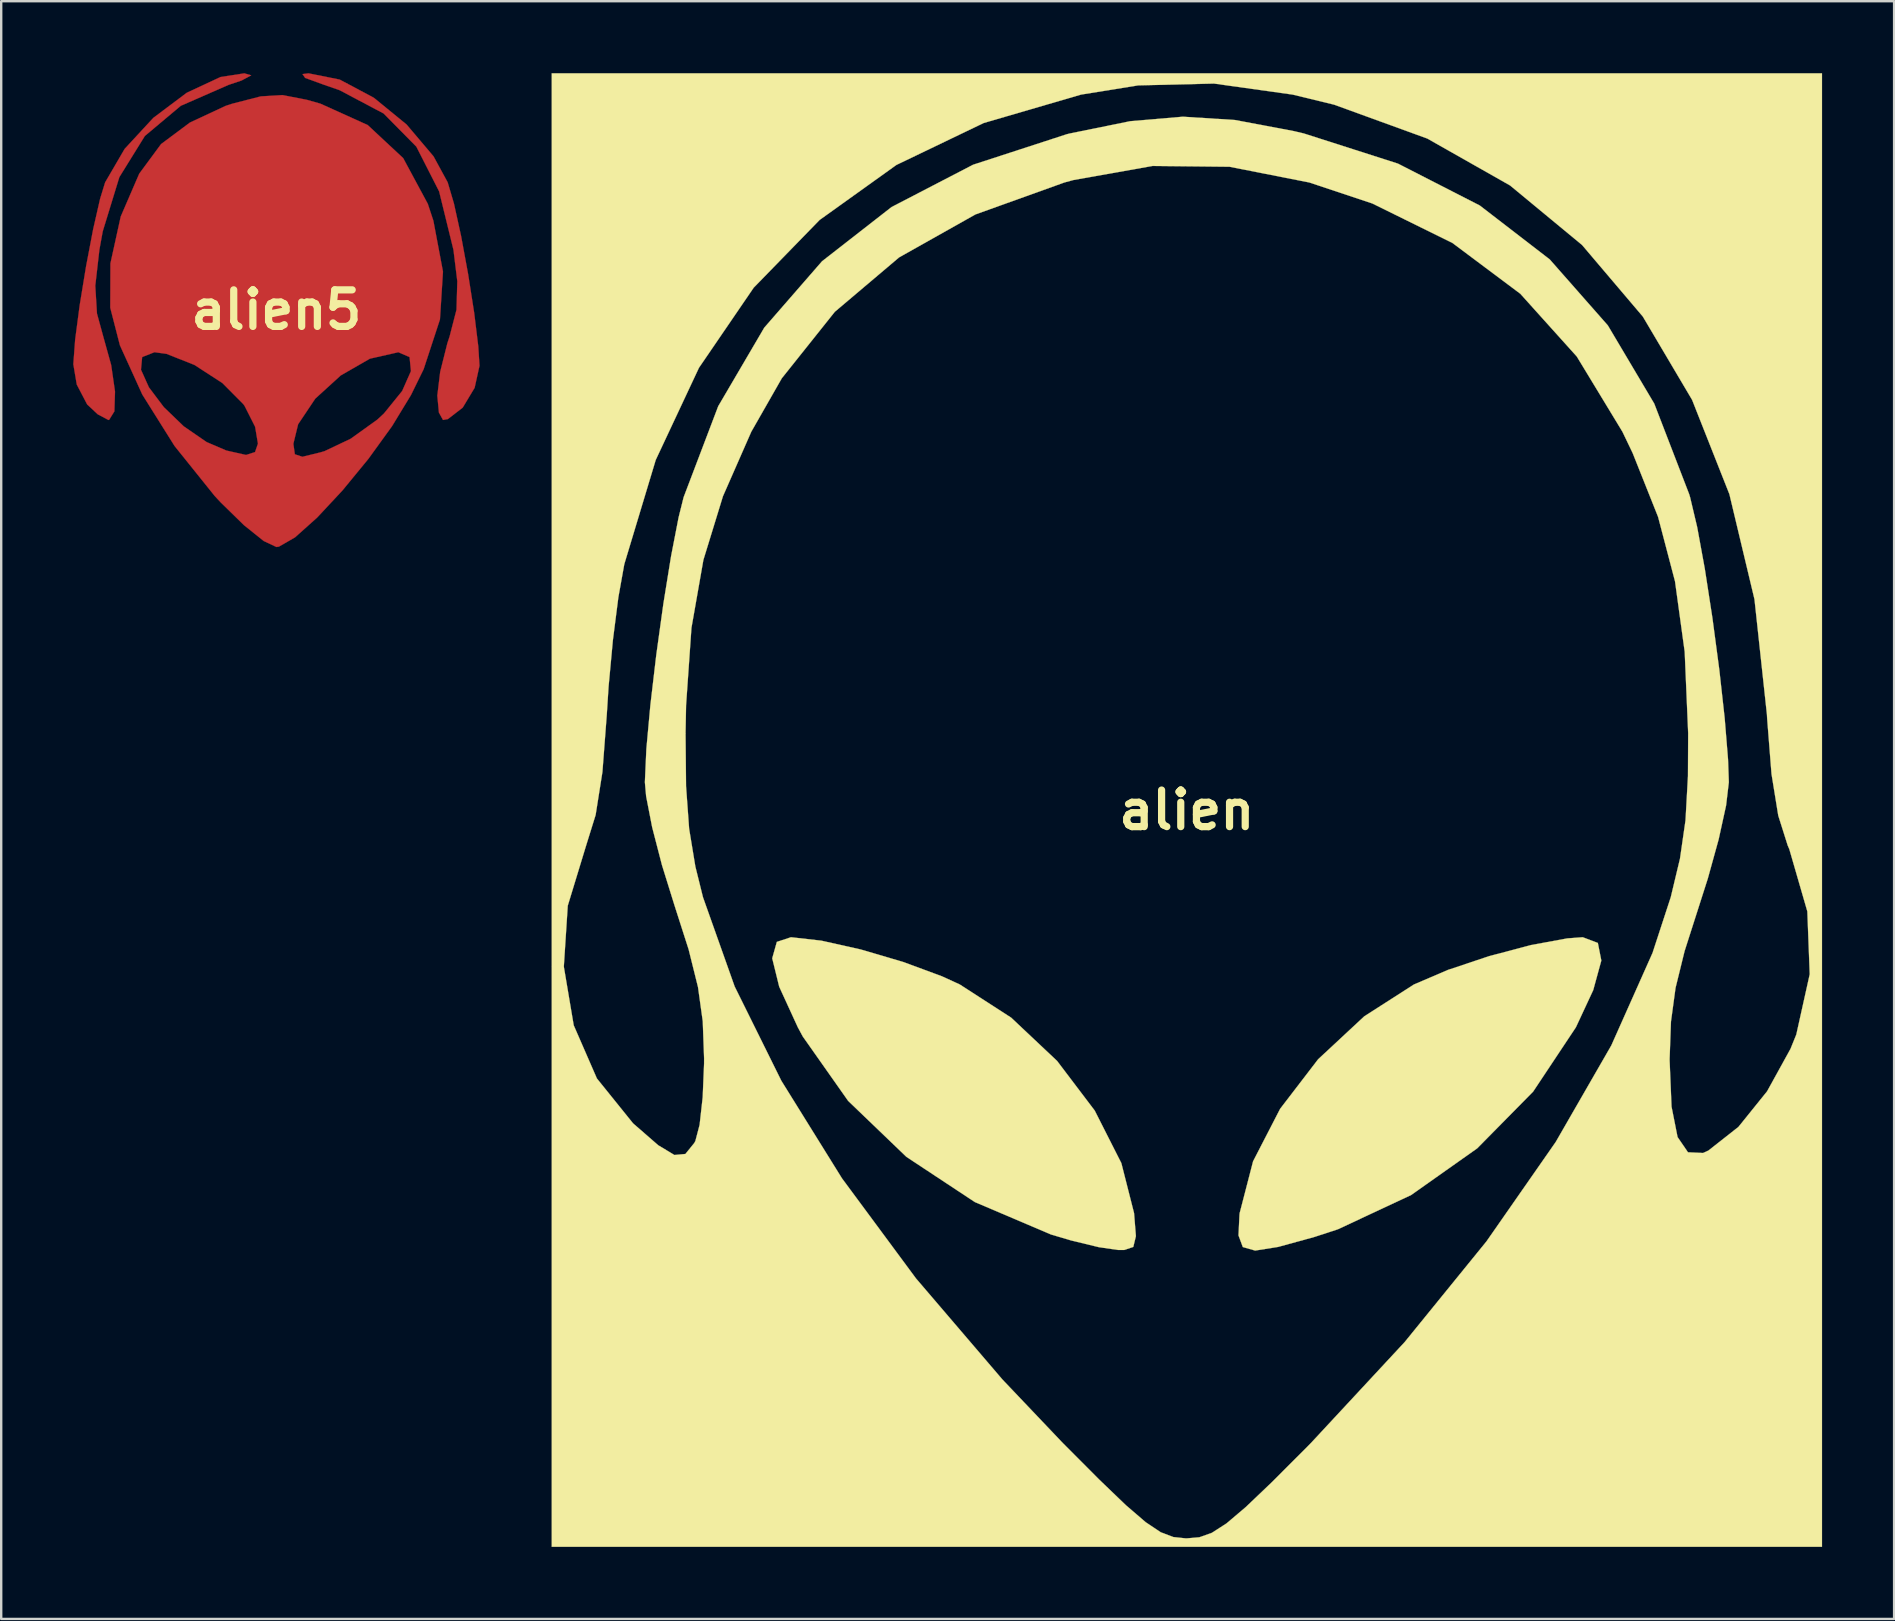
<source format=kicad_pcb>
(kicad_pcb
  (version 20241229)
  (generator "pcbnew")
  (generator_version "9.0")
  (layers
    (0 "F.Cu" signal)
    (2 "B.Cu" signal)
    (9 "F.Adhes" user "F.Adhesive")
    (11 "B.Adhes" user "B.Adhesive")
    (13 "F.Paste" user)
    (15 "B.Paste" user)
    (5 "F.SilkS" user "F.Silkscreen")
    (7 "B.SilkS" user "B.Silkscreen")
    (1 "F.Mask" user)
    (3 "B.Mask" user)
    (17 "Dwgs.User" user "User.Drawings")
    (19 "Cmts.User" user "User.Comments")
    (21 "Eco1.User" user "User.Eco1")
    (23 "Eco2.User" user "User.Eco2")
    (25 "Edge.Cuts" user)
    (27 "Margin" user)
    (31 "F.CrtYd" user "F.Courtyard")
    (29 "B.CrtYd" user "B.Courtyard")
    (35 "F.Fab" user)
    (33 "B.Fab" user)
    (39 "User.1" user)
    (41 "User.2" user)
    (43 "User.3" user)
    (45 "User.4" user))
  (footprint "alien5"
    (layer "F.Cu")
    (at 8.465 9.859)
    (property "Reference" "alien5" (at 0 0 0) (layer "F.SilkS") (effects (font (size 1.524 1.524) (thickness 0.3))))
    (attr through_hole)
    (fp_poly (pts (xy -1.05 -9.771) (xy -1.451 -9.556) (xy -1.997 -9.372) (xy -3.985 -8.501) (xy -5.48 -7.246) (xy -6.543 -5.53) (xy -7.235 -3.272) (xy -7.375 -2.504) (xy -7.546 -1.004) (xy -7.476 0.151) (xy -7.214 1.11) (xy -6.883 2.3) (xy -6.724 3.402) (xy -6.75 4.227) (xy -6.971 4.583) (xy -7.001 4.586) (xy -7.443 4.351) (xy -7.883 3.941) (xy -8.317 3.11) (xy -8.46 2.265) (xy -8.384 1.236) (xy -8.195 -0.198) (xy -7.931 -1.807) (xy -7.634 -3.362) (xy -7.343 -4.635) (xy -7.135 -5.312) (xy -6.322 -6.707) (xy -5.129 -7.998) (xy -3.737 -9.043) (xy -2.327 -9.701) (xy -1.337 -9.854) (xy -1.05 -9.771)) (stroke (width 0.01) (type solid)) (fill yes) (layer "F.Cu"))
    (fp_poly (pts (xy 2.638 -9.593) (xy 4.059 -8.836) (xy 5.422 -7.723) (xy 6.545 -6.396) (xy 7.135 -5.312) (xy 7.395 -4.432) (xy 7.693 -3.079) (xy 7.987 -1.484) (xy 8.239 0.125) (xy 8.409 1.518) (xy 8.46 2.327) (xy 8.258 3.244) (xy 7.761 4.072) (xy 7.141 4.55) (xy 6.94 4.586) (xy 6.77 4.28) (xy 6.703 3.572) (xy 6.823 2.579) (xy 7.122 1.388) (xy 7.214 1.11) (xy 7.502 -0.006) (xy 7.536 -1.19) (xy 7.375 -2.504) (xy 6.779 -4.934) (xy 5.83 -6.799) (xy 4.467 -8.18) (xy 2.628 -9.154) (xy 1.997 -9.372) (xy 1.197 -9.663) (xy 1.087 -9.822) (xy 1.337 -9.854) (xy 2.638 -9.593)) (stroke (width 0.01) (type solid)) (fill yes) (layer "F.Cu"))
    (fp_poly (pts (xy 1.271 -8.75) (xy 1.834 -8.59) (xy 3.804 -7.699) (xy 5.281 -6.322) (xy 6.306 -4.419) (xy 6.539 -3.714) (xy 6.939 -1.593) (xy 6.813 0.399) (xy 6.134 2.469) (xy 5.605 3.549) (xy 4.819 4.841) (xy 3.831 6.207) (xy 2.753 7.52) (xy 1.697 8.652) (xy 0.777 9.475) (xy 0.104 9.863) (xy 0 9.878) (xy -0.528 9.629) (xy -1.352 8.968) (xy -2.318 8.024) (xy -2.575 7.747) (xy -4.242 5.671) (xy -5.587 3.527) (xy -6.057 2.492) (xy -5.642 2.492) (xy -5.312 3.227) (xy -4.69 4.052) (xy -3.861 4.851) (xy -2.91 5.506) (xy -2.084 5.86) (xy -1.265 6.044) (xy -0.891 5.924) (xy -0.771 5.578) (xy 0.706 5.578) (xy 0.768 6.016) (xy 1.083 6.12) (xy 1.843 5.934) (xy 2.009 5.884) (xy 3.093 5.369) (xy 4.2 4.575) (xy 4.478 4.318) (xy 5.238 3.38) (xy 5.605 2.551) (xy 5.547 1.967) (xy 5.08 1.764) (xy 3.894 2.033) (xy 2.678 2.732) (xy 1.619 3.697) (xy 0.904 4.765) (xy 0.706 5.578) (xy -0.771 5.578) (xy -0.769 5.574) (xy -0.887 4.87) (xy -1.324 4.005) (xy -1.38 3.925) (xy -2.25 3.049) (xy -3.414 2.294) (xy -4.579 1.832) (xy -5.08 1.764) (xy -5.593 1.965) (xy -5.642 2.492) (xy -6.057 2.492) (xy -6.519 1.477) (xy -6.922 -0.088) (xy -6.915 -1.937) (xy -6.485 -3.89) (xy -5.714 -5.675) (xy -4.804 -6.908) (xy -3.604 -7.803) (xy -2.109 -8.501) (xy -1.834 -8.59) (xy -0.652 -8.894) (xy 0.254 -8.948) (xy 1.271 -8.75)) (stroke (width 0.01) (type solid)) (fill yes) (layer "F.Cu")))
  (footprint "alien"
    (layer "F.Cu")
    (at 46.393 30.697)
    (property "Reference" "alien" (at 0 0 0) (layer "F.SilkS") (effects (font (size 1.524 1.524) (thickness 0.3))))
    (attr through_hole)
    (fp_poly (pts (xy 17.121 5.535) (xy 17.266 6.267) (xy 16.929 7.498) (xy 16.207 9.048) (xy 14.425 11.729) (xy 12.096 14.091) (xy 9.344 16.035) (xy 6.292 17.463) (xy 5.316 17.782) (xy 3.802 18.198) (xy 2.845 18.35) (xy 2.331 18.203) (xy 2.151 17.719) (xy 2.192 16.864) (xy 2.2 16.789) (xy 2.759 14.63) (xy 3.886 12.444) (xy 5.468 10.381) (xy 7.39 8.592) (xy 9.46 7.265) (xy 10.884 6.655) (xy 12.598 6.083) (xy 14.341 5.622) (xy 15.85 5.345) (xy 16.492 5.297) (xy 17.121 5.535)) (stroke (width 0.01) (type solid)) (fill yes) (layer "F.SilkS"))
    (fp_poly (pts (xy -15.226 5.44) (xy -13.581 5.808) (xy -11.819 6.327) (xy -10.201 6.925) (xy -9.46 7.265) (xy -7.318 8.648) (xy -5.406 10.45) (xy -3.838 12.519) (xy -2.729 14.707) (xy -2.2 16.789) (xy -2.123 17.749) (xy -2.232 18.199) (xy -2.609 18.325) (xy -2.865 18.325) (xy -3.663 18.209) (xy -4.823 17.928) (xy -5.664 17.679) (xy -8.833 16.329) (xy -11.685 14.445) (xy -14.11 12.116) (xy -16.001 9.43) (xy -16.207 9.048) (xy -16.982 7.359) (xy -17.273 6.175) (xy -17.081 5.491) (xy -16.492 5.297) (xy -15.226 5.44)) (stroke (width 0.01) (type solid)) (fill yes) (layer "F.SilkS"))
    (fp_poly (pts (xy 26.458 30.692) (xy -26.458 30.692) (xy -26.458 6.522) (xy -25.955 6.522) (xy -25.543 8.965) (xy -24.577 11.181) (xy -23.078 13.041) (xy -23.042 13.075) (xy -22.02 13.964) (xy -21.347 14.369) (xy -20.891 14.326) (xy -20.523 13.872) (xy -20.474 13.782) (xy -20.298 13.111) (xy -20.17 11.964) (xy -20.112 10.57) (xy -20.111 10.342) (xy -20.167 8.799) (xy -20.365 7.374) (xy -20.755 5.807) (xy -21.346 3.964) (xy -21.864 2.3) (xy -22.275 0.713) (xy -22.526 -0.576) (xy -22.578 -1.162) (xy -22.516 -2.546) (xy -22.456 -3.203) (xy -20.884 -3.203) (xy -20.863 -0.989) (xy -20.735 0.779) (xy -20.475 2.355) (xy -20.159 3.628) (xy -18.838 7.35) (xy -16.895 11.273) (xy -14.365 15.345) (xy -11.284 19.511) (xy -7.687 23.717) (xy -5.166 26.37) (xy -3.658 27.883) (xy -2.539 28.958) (xy -1.714 29.667) (xy -1.088 30.085) (xy -0.565 30.284) (xy -0.05 30.339) (xy 0 30.339) (xy 0.519 30.294) (xy 1.037 30.111) (xy 1.65 29.717) (xy 2.452 29.037) (xy 3.541 27.999) (xy 5.01 26.529) (xy 5.166 26.37) (xy 9.071 22.165) (xy 12.482 17.967) (xy 15.364 13.83) (xy 17.681 9.807) (xy 19.399 5.952) (xy 20.159 3.628) (xy 20.543 2.023) (xy 20.773 0.427) (xy 20.875 -1.415) (xy 20.884 -3.203) (xy 20.739 -6.596) (xy 20.336 -9.529) (xy 19.63 -12.216) (xy 18.573 -14.87) (xy 18.145 -15.763) (xy 16.244 -18.895) (xy 13.893 -21.508) (xy 11.064 -23.625) (xy 7.728 -25.27) (xy 5.103 -26.145) (xy 1.778 -26.8) (xy -1.427 -26.834) (xy -4.728 -26.247) (xy -5.103 -26.145) (xy -8.808 -24.814) (xy -11.986 -23.026) (xy -14.665 -20.759) (xy -16.874 -17.989) (xy -18.145 -15.763) (xy -19.326 -13.074) (xy -20.141 -10.421) (xy -20.638 -7.592) (xy -20.862 -4.372) (xy -20.884 -3.203) (xy -22.456 -3.203) (xy -22.348 -4.382) (xy -22.103 -6.466) (xy -21.807 -8.599) (xy -21.487 -10.577) (xy -21.172 -12.198) (xy -20.964 -13.033) (xy -19.523 -16.824) (xy -17.603 -20.099) (xy -15.198 -22.863) (xy -12.3 -25.123) (xy -8.904 -26.885) (xy -5.003 -28.155) (xy -4.876 -28.186) (xy -2.359 -28.698) (xy -0.166 -28.885) (xy 2.002 -28.748) (xy 4.449 -28.287) (xy 4.876 -28.186) (xy 8.793 -26.931) (xy 12.204 -25.185) (xy 15.117 -22.94) (xy 17.537 -20.191) (xy 19.471 -16.932) (xy 20.927 -13.156) (xy 20.964 -13.033) (xy 21.258 -11.793) (xy 21.577 -10.051) (xy 21.893 -8.01) (xy 22.178 -5.87) (xy 22.404 -3.835) (xy 22.545 -2.105) (xy 22.578 -1.162) (xy 22.463 -0.191) (xy 22.153 1.223) (xy 21.7 2.859) (xy 21.346 3.964) (xy 20.734 5.876) (xy 20.358 7.405) (xy 20.167 8.812) (xy 20.111 10.359) (xy 20.111 10.428) (xy 20.191 12.354) (xy 20.442 13.621) (xy 20.876 14.256) (xy 21.504 14.285) (xy 21.724 14.185) (xy 22.978 13.198) (xy 24.171 11.717) (xy 25.147 9.947) (xy 25.389 9.349) (xy 25.948 6.838) (xy 25.848 4.22) (xy 25.097 1.627) (xy 25.032 1.478) (xy 24.637 0.23) (xy 24.356 -1.503) (xy 24.173 -3.825) (xy 24.165 -3.981) (xy 23.646 -8.783) (xy 22.602 -13.159) (xy 21.047 -17.091) (xy 18.996 -20.558) (xy 16.464 -23.541) (xy 13.466 -26.02) (xy 10.018 -27.975) (xy 6.134 -29.387) (xy 4.41 -29.806) (xy 1.129 -30.266) (xy -2.03 -30.19) (xy -4.41 -29.806) (xy -8.466 -28.622) (xy -12.1 -26.876) (xy -15.298 -24.585) (xy -18.045 -21.763) (xy -20.326 -18.425) (xy -22.126 -14.587) (xy -23.43 -10.264) (xy -23.44 -10.221) (xy -23.683 -8.865) (xy -23.911 -7.079) (xy -24.091 -5.141) (xy -24.165 -3.981) (xy -24.347 -1.586) (xy -24.63 0.203) (xy -25.027 1.478) (xy -25.791 3.983) (xy -25.955 6.522) (xy -26.458 6.522) (xy -26.458 -30.692) (xy 26.458 -30.692) (xy 26.458 30.692)) (stroke (width 0.01) (type solid)) (fill yes) (layer "F.SilkS")))
  (gr_rect
    (start -3 -3)
    (end 75.856 64.393)
    (stroke (width 0.1) (type default))
    (fill no)
    (layer "Edge.Cuts")))
</source>
